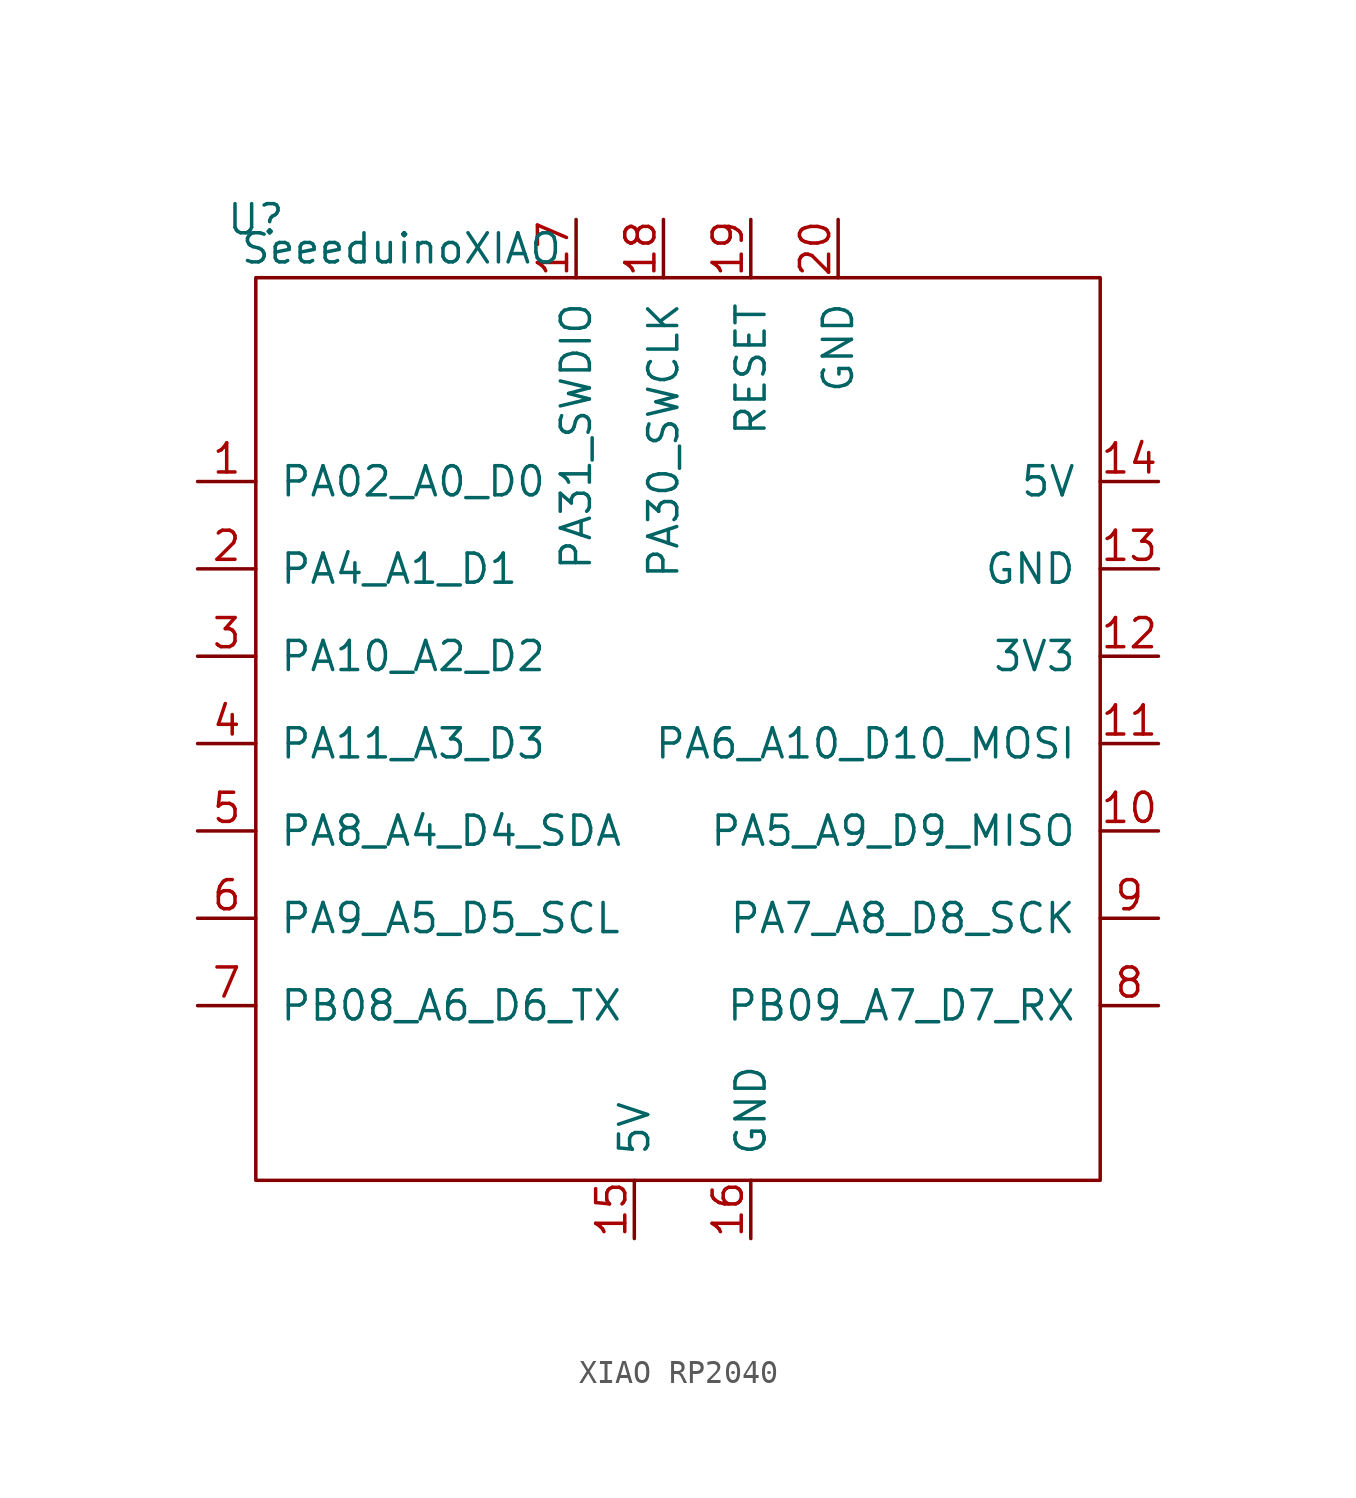
<source format=kicad_sym>
(kicad_symbol_lib
  (version 20231120)
  (generator "kicad_symbol_editor")
  (generator_version "8.0")
  (symbol "XIAO RP2040"
    (pin_names
      (offset 1.016))
    (property "Reference" "U"
      (at -19.05 22.86 0)
      (effects (font (size 1.27 1.27))))
    (property "Value" "SeeeduinoXIAO"
      (at -12.7 21.59 0)
      (effects (font (size 1.27 1.27))))
    (symbol "XIAO RP2040_0_1"
      (rectangle (start -19.05 20.32) (end 17.78 -19.05) (stroke (width 0) (type solid)) (fill (type none))))
    (symbol "XIAO RP2040_1_1"
      (pin unspecified line (at -21.59 11.43 0) (length 2.54) (name "PA02_A0_D0" (effects (font (size 1.27 1.27)))) (number "1" (effects (font (size 1.27 1.27)))))
      (pin unspecified line (at 20.32 -3.81 180) (length 2.54) (name "PA5_A9_D9_MISO" (effects (font (size 1.27 1.27)))) (number "10" (effects (font (size 1.27 1.27)))))
      (pin unspecified line (at 20.32 0 180) (length 2.54) (name "PA6_A10_D10_MOSI" (effects (font (size 1.27 1.27)))) (number "11" (effects (font (size 1.27 1.27)))))
      (pin unspecified line (at 20.32 3.81 180) (length 2.54) (name "3V3" (effects (font (size 1.27 1.27)))) (number "12" (effects (font (size 1.27 1.27)))))
      (pin unspecified line (at 20.32 7.62 180) (length 2.54) (name "GND" (effects (font (size 1.27 1.27)))) (number "13" (effects (font (size 1.27 1.27)))))
      (pin unspecified line (at 20.32 11.43 180) (length 2.54) (name "5V" (effects (font (size 1.27 1.27)))) (number "14" (effects (font (size 1.27 1.27)))))
      (pin input line (at -2.54 -21.59 90) (length 2.54) (name "5V" (effects (font (size 1.27 1.27)))) (number "15" (effects (font (size 1.27 1.27)))))
      (pin input line (at 2.54 -21.59 90) (length 2.54) (name "GND" (effects (font (size 1.27 1.27)))) (number "16" (effects (font (size 1.27 1.27)))))
      (pin input line (at -5.08 22.86 270) (length 2.54) (name "PA31_SWDIO" (effects (font (size 1.27 1.27)))) (number "17" (effects (font (size 1.27 1.27)))))
      (pin input line (at -1.27 22.86 270) (length 2.54) (name "PA30_SWCLK" (effects (font (size 1.27 1.27)))) (number "18" (effects (font (size 1.27 1.27)))))
      (pin input line (at 2.54 22.86 270) (length 2.54) (name "RESET" (effects (font (size 1.27 1.27)))) (number "19" (effects (font (size 1.27 1.27)))))
      (pin unspecified line (at -21.59 7.62 0) (length 2.54) (name "PA4_A1_D1" (effects (font (size 1.27 1.27)))) (number "2" (effects (font (size 1.27 1.27)))))
      (pin input line (at 6.35 22.86 270) (length 2.54) (name "GND" (effects (font (size 1.27 1.27)))) (number "20" (effects (font (size 1.27 1.27)))))
      (pin unspecified line (at -21.59 3.81 0) (length 2.54) (name "PA10_A2_D2" (effects (font (size 1.27 1.27)))) (number "3" (effects (font (size 1.27 1.27)))))
      (pin unspecified line (at -21.59 0 0) (length 2.54) (name "PA11_A3_D3" (effects (font (size 1.27 1.27)))) (number "4" (effects (font (size 1.27 1.27)))))
      (pin unspecified line (at -21.59 -3.81 0) (length 2.54) (name "PA8_A4_D4_SDA" (effects (font (size 1.27 1.27)))) (number "5" (effects (font (size 1.27 1.27)))))
      (pin unspecified line (at -21.59 -7.62 0) (length 2.54) (name "PA9_A5_D5_SCL" (effects (font (size 1.27 1.27)))) (number "6" (effects (font (size 1.27 1.27)))))
      (pin unspecified line (at -21.59 -11.43 0) (length 2.54) (name "PB08_A6_D6_TX" (effects (font (size 1.27 1.27)))) (number "7" (effects (font (size 1.27 1.27)))))
      (pin unspecified line (at 20.32 -11.43 180) (length 2.54) (name "PB09_A7_D7_RX" (effects (font (size 1.27 1.27)))) (number "8" (effects (font (size 1.27 1.27)))))
      (pin unspecified line (at 20.32 -7.62 180) (length 2.54) (name "PA7_A8_D8_SCK" (effects (font (size 1.27 1.27)))) (number "9" (effects (font (size 1.27 1.27))))))))
</source>
